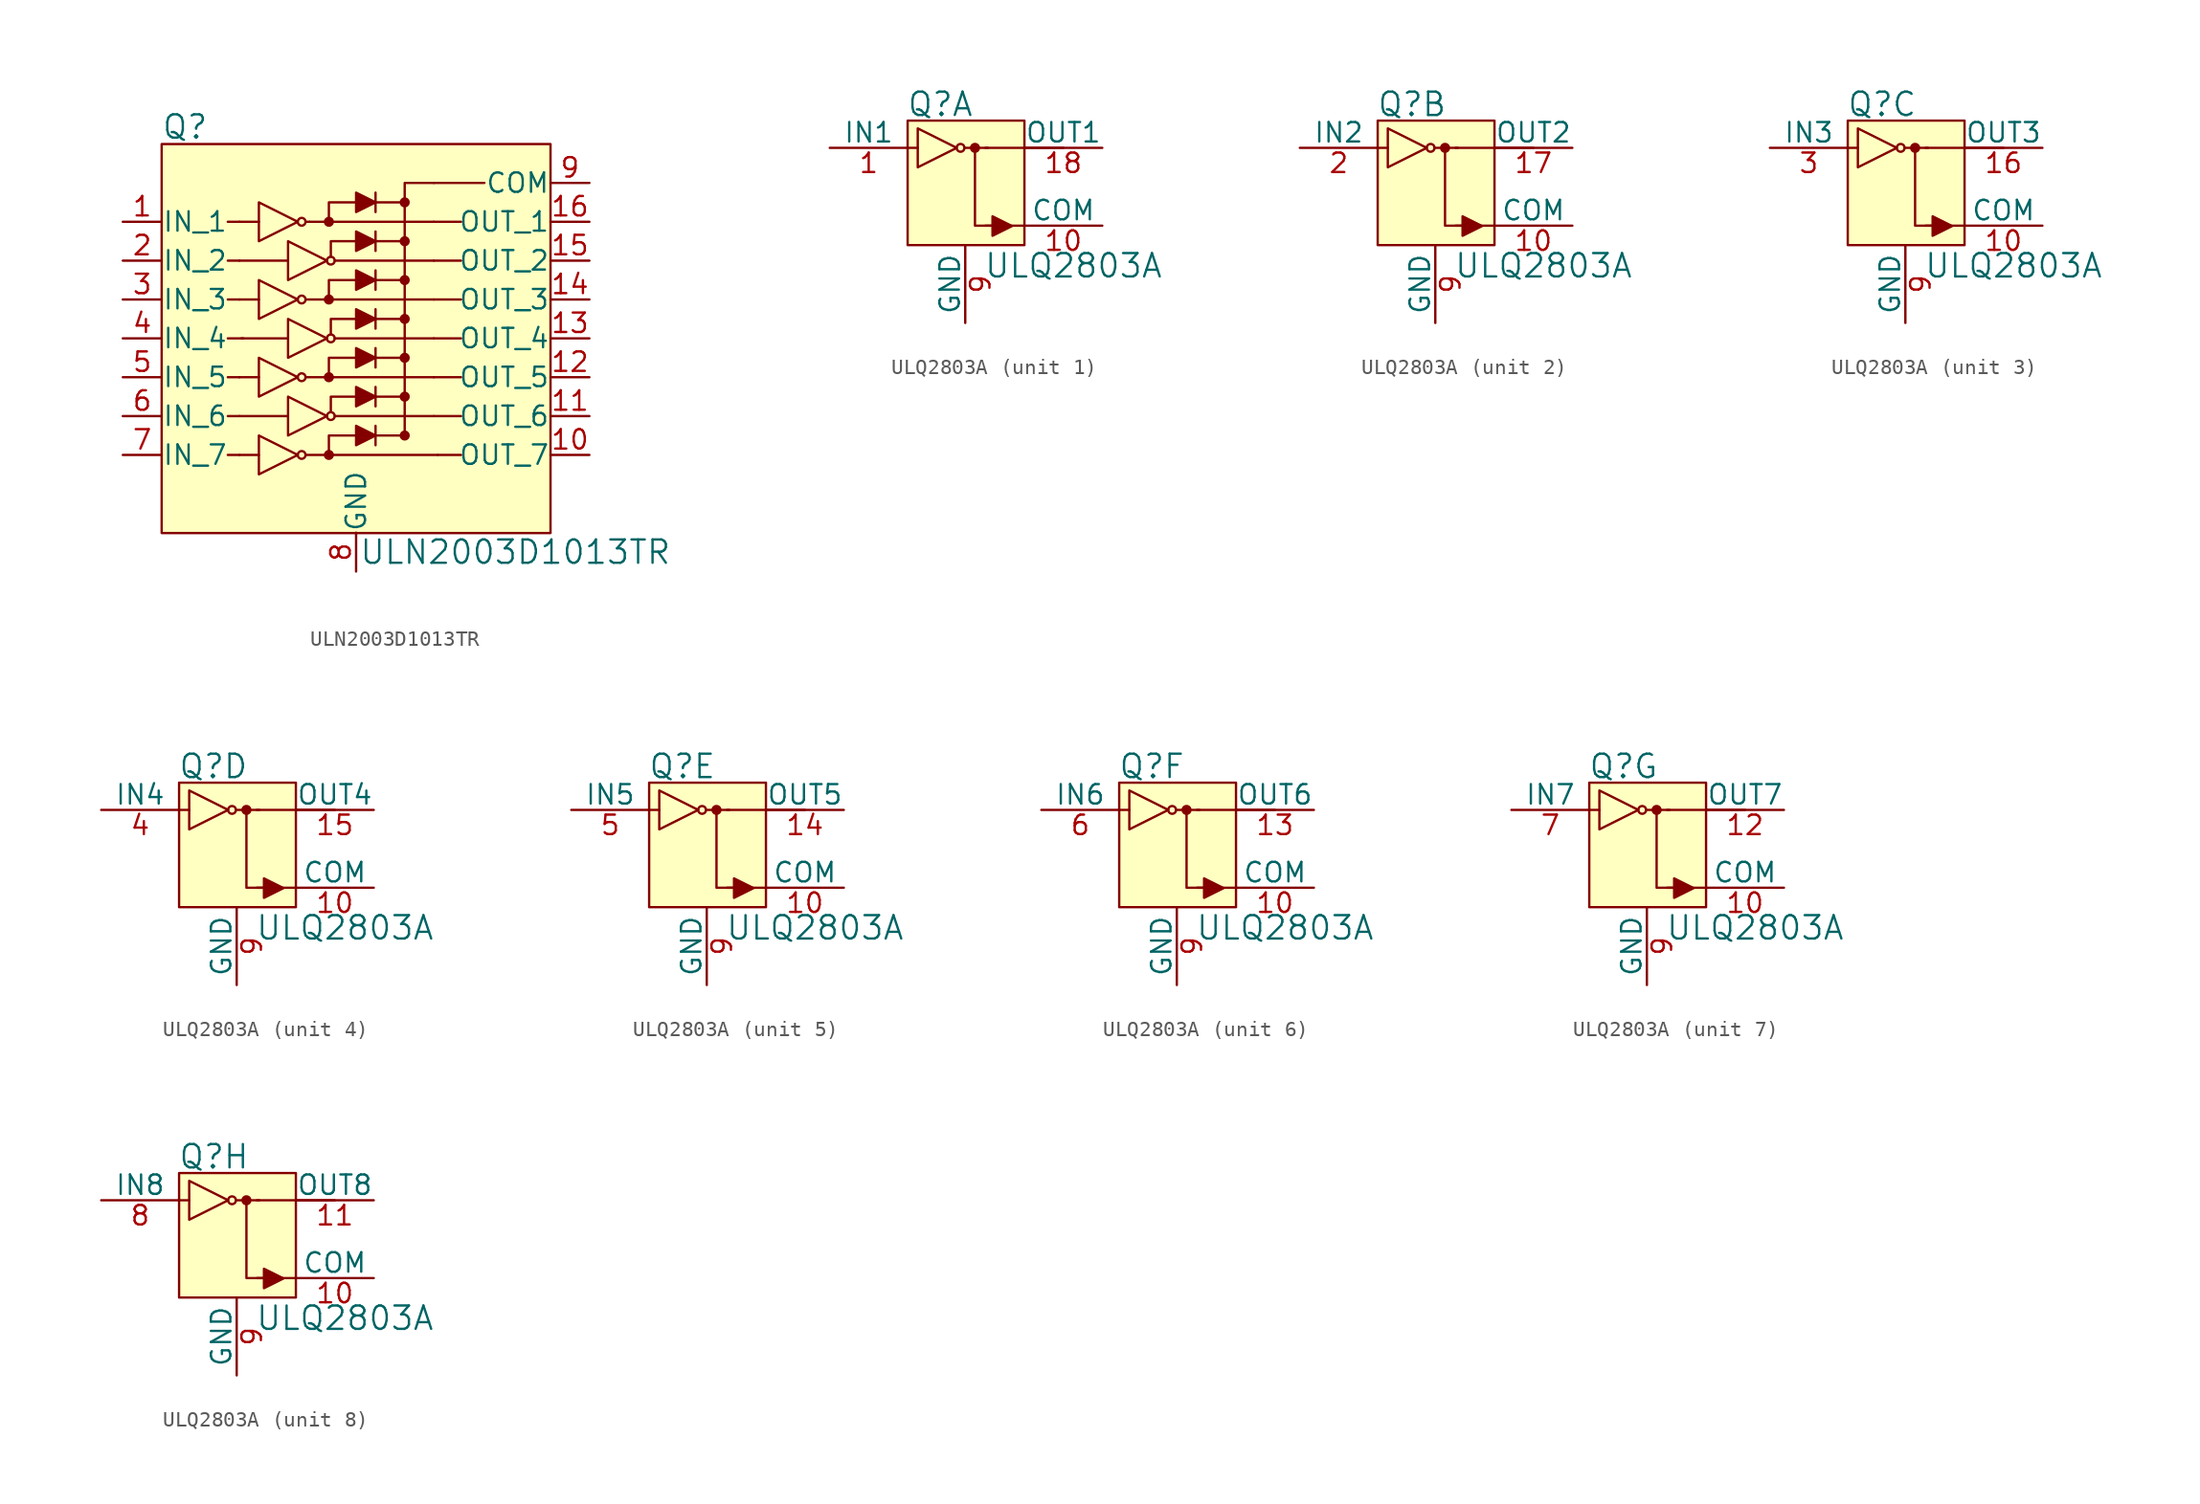
<source format=kicad_sym>
(kicad_symbol_lib
  (version 20231120)
  (generator "kicad_symbol_editor")
  (generator_version "8.0")
  (symbol "ULN2003D1013TR"
    (pin_names
      (offset 0.025))
    (property "Reference" "Q"
      (at -12.725 13.818 0)
      (effects (font (size 1.524 1.524)) (justify left)))
    (property "Value" "ULN2003D1013TR"
      (at 0.178 -13.97 0)
      (effects (font (size 1.524 1.524)) (justify left)))
    (symbol "ULN2003D1013TR_0_1"
      (polyline (pts (xy -7.62 -7.62) (xy -8.382 -7.62)) (stroke (width 0) (type solid)) (fill (type none)))
      (polyline (pts (xy -7.62 -5.08) (xy -8.382 -5.08)) (stroke (width 0) (type solid)) (fill (type none)))
      (polyline (pts (xy -7.62 -2.54) (xy -8.382 -2.54)) (stroke (width 0) (type solid)) (fill (type none)))
      (polyline (pts (xy -7.62 2.54) (xy -8.382 2.54)) (stroke (width 0) (type solid)) (fill (type none)))
      (polyline (pts (xy -7.62 5.08) (xy -8.382 5.08)) (stroke (width 0) (type solid)) (fill (type none)))
      (polyline (pts (xy -7.62 7.62) (xy -8.382 7.62)) (stroke (width 0) (type solid)) (fill (type none)))
      (polyline (pts (xy -7.366 0) (xy -8.382 0)) (stroke (width 0) (type solid)) (fill (type none)))
      (polyline (pts (xy 5.08 -5.08) (xy 6.858 -5.08)) (stroke (width 0) (type solid)) (fill (type none)))
      (polyline (pts (xy 5.08 -2.54) (xy 6.858 -2.54)) (stroke (width 0) (type solid)) (fill (type none)))
      (polyline (pts (xy 5.08 0) (xy 6.858 0)) (stroke (width 0) (type solid)) (fill (type none)))
      (polyline (pts (xy 5.08 2.54) (xy 6.858 2.54)) (stroke (width 0) (type solid)) (fill (type none)))
      (polyline (pts (xy 5.08 5.08) (xy 6.858 5.08)) (stroke (width 0) (type solid)) (fill (type none)))
      (polyline (pts (xy 5.08 7.62) (xy 6.858 7.62)) (stroke (width 0) (type solid)) (fill (type none)))
      (polyline (pts (xy 5.08 10.16) (xy 8.382 10.16)) (stroke (width 0) (type solid)) (fill (type none)))
      (polyline (pts (xy 5.334 -7.62) (xy 6.858 -7.62)) (stroke (width 0) (type solid)) (fill (type none))))
    (symbol "ULN2003D1013TR_1_1"
      (rectangle (start -12.7 12.7) (end 12.7 -12.725) (stroke (width 0) (type solid)) (fill (type background)))
      (circle (center -3.556 -7.62) (radius 0.254) (stroke (width 0) (type solid)) (fill (type none)))
      (circle (center -3.556 -2.54) (radius 0.254) (stroke (width 0) (type solid)) (fill (type none)))
      (circle (center -3.556 2.54) (radius 0.254) (stroke (width 0) (type solid)) (fill (type none)))
      (circle (center -3.556 7.62) (radius 0.254) (stroke (width 0) (type solid)) (fill (type none)))
      (circle (center -1.778 -7.62) (radius 0.254) (stroke (width 0) (type solid)) (fill (type outline)))
      (circle (center -1.778 -2.54) (radius 0.254) (stroke (width 0) (type solid)) (fill (type outline)))
      (circle (center -1.778 2.54) (radius 0.254) (stroke (width 0) (type solid)) (fill (type outline)))
      (circle (center -1.778 7.62) (radius 0.254) (stroke (width 0) (type solid)) (fill (type outline)))
      (circle (center -1.651 -5.08) (radius 0.254) (stroke (width 0) (type solid)) (fill (type none)))
      (circle (center -1.651 0) (radius 0.254) (stroke (width 0) (type solid)) (fill (type none)))
      (circle (center -1.651 5.08) (radius 0.254) (stroke (width 0) (type solid)) (fill (type none)))
      (polyline (pts (xy -7.62 -5.08) (xy -4.445 -5.08)) (stroke (width 0) (type solid)) (fill (type none)))
      (polyline (pts (xy -7.62 5.08) (xy -4.445 5.08)) (stroke (width 0) (type solid)) (fill (type none)))
      (polyline (pts (xy -7.493 0) (xy -4.445 0)) (stroke (width 0) (type solid)) (fill (type none)))
      (polyline (pts (xy -6.35 -7.62) (xy -7.62 -7.62)) (stroke (width 0) (type solid)) (fill (type none)))
      (polyline (pts (xy -6.35 -2.54) (xy -7.62 -2.54)) (stroke (width 0) (type solid)) (fill (type none)))
      (polyline (pts (xy -6.35 2.54) (xy -7.62 2.54)) (stroke (width 0) (type solid)) (fill (type none)))
      (polyline (pts (xy -6.35 7.62) (xy -7.62 7.62)) (stroke (width 0) (type solid)) (fill (type none)))
      (polyline (pts (xy -3.302 -7.62) (xy 5.334 -7.62)) (stroke (width 0) (type solid)) (fill (type none)))
      (polyline (pts (xy -3.302 -2.54) (xy 5.08 -2.54)) (stroke (width 0) (type solid)) (fill (type none)))
      (polyline (pts (xy -3.302 2.54) (xy 5.08 2.54)) (stroke (width 0) (type solid)) (fill (type none)))
      (polyline (pts (xy -3.302 7.62) (xy -3.048 7.62)) (stroke (width 0) (type solid)) (fill (type none)))
      (polyline (pts (xy -3.048 7.62) (xy 5.08 7.62)) (stroke (width 0) (type solid)) (fill (type none)))
      (polyline (pts (xy -1.397 -5.08) (xy 5.08 -5.08)) (stroke (width 0) (type solid)) (fill (type none)))
      (polyline (pts (xy -1.397 0) (xy 5.08 0)) (stroke (width 0) (type solid)) (fill (type none)))
      (polyline (pts (xy -1.397 5.08) (xy 5.08 5.08)) (stroke (width 0) (type solid)) (fill (type none)))
      (polyline (pts (xy 1.27 -5.715) (xy 1.27 -6.985)) (stroke (width 0) (type solid)) (fill (type none)))
      (polyline (pts (xy 1.27 -3.81) (xy 3.175 -3.81)) (stroke (width 0) (type solid)) (fill (type none)))
      (polyline (pts (xy 1.27 -3.175) (xy 1.27 -4.445)) (stroke (width 0) (type solid)) (fill (type none)))
      (polyline (pts (xy 1.27 -1.27) (xy 3.175 -1.27)) (stroke (width 0) (type solid)) (fill (type none)))
      (polyline (pts (xy 1.27 -0.635) (xy 1.27 -1.905)) (stroke (width 0) (type solid)) (fill (type none)))
      (polyline (pts (xy 1.27 1.27) (xy 3.175 1.27)) (stroke (width 0) (type solid)) (fill (type none)))
      (polyline (pts (xy 1.27 1.905) (xy 1.27 0.635)) (stroke (width 0) (type solid)) (fill (type none)))
      (polyline (pts (xy 1.27 3.81) (xy 3.175 3.81)) (stroke (width 0) (type solid)) (fill (type none)))
      (polyline (pts (xy 1.27 4.445) (xy 1.27 3.175)) (stroke (width 0) (type solid)) (fill (type none)))
      (polyline (pts (xy 1.27 6.35) (xy 3.175 6.35)) (stroke (width 0) (type solid)) (fill (type none)))
      (polyline (pts (xy 1.27 6.985) (xy 1.27 5.715)) (stroke (width 0) (type solid)) (fill (type none)))
      (polyline (pts (xy 1.27 8.89) (xy 3.175 8.89)) (stroke (width 0) (type solid)) (fill (type none)))
      (polyline (pts (xy 1.27 9.525) (xy 1.27 8.255)) (stroke (width 0) (type solid)) (fill (type none)))
      (polyline (pts (xy 3.175 -6.35) (xy 1.27 -6.35)) (stroke (width 0) (type solid)) (fill (type none)))
      (polyline (pts (xy -1.778 -7.62) (xy -1.778 -6.35) (xy 0 -6.35)) (stroke (width 0) (type solid)) (fill (type none)))
      (polyline (pts (xy -1.778 -2.54) (xy -1.778 -1.27) (xy 0 -1.27)) (stroke (width 0) (type solid)) (fill (type none)))
      (polyline (pts (xy -1.778 2.54) (xy -1.778 3.81) (xy 0 3.81)) (stroke (width 0) (type solid)) (fill (type none)))
      (polyline (pts (xy -1.651 -4.826) (xy -1.651 -3.81) (xy 0 -3.81)) (stroke (width 0) (type solid)) (fill (type none)))
      (polyline (pts (xy -1.651 0.254) (xy -1.651 1.27) (xy 0.127 1.27)) (stroke (width 0) (type solid)) (fill (type none)))
      (polyline (pts (xy -1.651 5.334) (xy -1.651 6.35) (xy 0.127 6.35)) (stroke (width 0) (type solid)) (fill (type none)))
      (polyline (pts (xy 0 8.89) (xy -1.778 8.89) (xy -1.778 7.62)) (stroke (width 0) (type solid)) (fill (type none)))
      (polyline (pts (xy 3.175 -6.35) (xy 3.175 10.16) (xy 5.08 10.16)) (stroke (width 0) (type solid)) (fill (type none)))
      (polyline (pts (xy -6.35 -6.35) (xy -6.35 -8.89) (xy -3.81 -7.62) (xy -6.35 -6.35)) (stroke (width 0) (type solid)) (fill (type none)))
      (polyline (pts (xy -6.35 -1.27) (xy -6.35 -3.81) (xy -3.81 -2.54) (xy -6.35 -1.27)) (stroke (width 0) (type solid)) (fill (type none)))
      (polyline (pts (xy -6.35 3.81) (xy -6.35 1.27) (xy -3.81 2.54) (xy -6.35 3.81)) (stroke (width 0) (type solid)) (fill (type none)))
      (polyline (pts (xy -6.35 8.89) (xy -6.35 6.35) (xy -3.81 7.62) (xy -6.35 8.89)) (stroke (width 0) (type solid)) (fill (type none)))
      (polyline (pts (xy -4.445 -3.81) (xy -4.445 -6.35) (xy -1.905 -5.08) (xy -4.445 -3.81)) (stroke (width 0) (type solid)) (fill (type none)))
      (polyline (pts (xy -4.445 1.27) (xy -4.445 -1.27) (xy -1.905 0) (xy -4.445 1.27)) (stroke (width 0) (type solid)) (fill (type none)))
      (polyline (pts (xy -4.445 6.35) (xy -4.445 3.81) (xy -1.905 5.08) (xy -4.445 6.35)) (stroke (width 0) (type solid)) (fill (type none)))
      (polyline (pts (xy 0 -5.715) (xy 0 -6.985) (xy 1.27 -6.35) (xy 0 -5.715)) (stroke (width 0) (type solid)) (fill (type outline)))
      (polyline (pts (xy 0 -3.175) (xy 0 -4.445) (xy 1.27 -3.81) (xy 0 -3.175)) (stroke (width 0) (type solid)) (fill (type outline)))
      (polyline (pts (xy 0 -0.635) (xy 0 -1.905) (xy 1.27 -1.27) (xy 0 -0.635)) (stroke (width 0) (type solid)) (fill (type outline)))
      (polyline (pts (xy 0 1.905) (xy 0 0.635) (xy 1.27 1.27) (xy 0 1.905)) (stroke (width 0) (type solid)) (fill (type outline)))
      (polyline (pts (xy 0 4.445) (xy 0 3.175) (xy 1.27 3.81) (xy 0 4.445)) (stroke (width 0) (type solid)) (fill (type outline)))
      (polyline (pts (xy 0 6.985) (xy 0 5.715) (xy 1.27 6.35) (xy 0 6.985)) (stroke (width 0) (type solid)) (fill (type outline)))
      (polyline (pts (xy 0 9.525) (xy 0 8.255) (xy 1.27 8.89) (xy 0 9.525)) (stroke (width 0) (type solid)) (fill (type outline)))
      (circle (center 3.175 -6.35) (radius 0.254) (stroke (width 0) (type solid)) (fill (type outline)))
      (circle (center 3.175 -3.81) (radius 0.254) (stroke (width 0) (type solid)) (fill (type outline)))
      (circle (center 3.175 -1.27) (radius 0.254) (stroke (width 0) (type solid)) (fill (type outline)))
      (circle (center 3.175 1.27) (radius 0.254) (stroke (width 0) (type solid)) (fill (type outline)))
      (circle (center 3.175 3.81) (radius 0.254) (stroke (width 0) (type solid)) (fill (type outline)))
      (circle (center 3.175 6.35) (radius 0.254) (stroke (width 0) (type solid)) (fill (type outline)))
      (circle (center 3.175 8.89) (radius 0.254) (stroke (width 0) (type solid)) (fill (type outline)))
      (pin input line (at -15.24 7.62 0) (length 2.54) (name "IN_1" (effects (font (size 1.27 1.27)))) (number "1" (effects (font (size 1.27 1.27)))))
      (pin output line (at 15.24 -7.62 180) (length 2.54) (name "OUT_7" (effects (font (size 1.27 1.27)))) (number "10" (effects (font (size 1.27 1.27)))))
      (pin output line (at 15.24 -5.08 180) (length 2.54) (name "OUT_6" (effects (font (size 1.27 1.27)))) (number "11" (effects (font (size 1.27 1.27)))))
      (pin output line (at 15.24 -2.54 180) (length 2.54) (name "OUT_5" (effects (font (size 1.27 1.27)))) (number "12" (effects (font (size 1.27 1.27)))))
      (pin output line (at 15.24 0 180) (length 2.54) (name "OUT_4" (effects (font (size 1.27 1.27)))) (number "13" (effects (font (size 1.27 1.27)))))
      (pin output line (at 15.24 2.54 180) (length 2.54) (name "OUT_3" (effects (font (size 1.27 1.27)))) (number "14" (effects (font (size 1.27 1.27)))))
      (pin output line (at 15.24 5.08 180) (length 2.54) (name "OUT_2" (effects (font (size 1.27 1.27)))) (number "15" (effects (font (size 1.27 1.27)))))
      (pin output line (at 15.24 7.62 180) (length 2.54) (name "OUT_1" (effects (font (size 1.27 1.27)))) (number "16" (effects (font (size 1.27 1.27)))))
      (pin input line (at -15.24 5.08 0) (length 2.54) (name "IN_2" (effects (font (size 1.27 1.27)))) (number "2" (effects (font (size 1.27 1.27)))))
      (pin input line (at -15.24 2.54 0) (length 2.54) (name "IN_3" (effects (font (size 1.27 1.27)))) (number "3" (effects (font (size 1.27 1.27)))))
      (pin input line (at -15.24 0 0) (length 2.54) (name "IN_4" (effects (font (size 1.27 1.27)))) (number "4" (effects (font (size 1.27 1.27)))))
      (pin input line (at -15.24 -2.54 0) (length 2.54) (name "IN_5" (effects (font (size 1.27 1.27)))) (number "5" (effects (font (size 1.27 1.27)))))
      (pin input line (at -15.24 -5.08 0) (length 2.54) (name "IN_6" (effects (font (size 1.27 1.27)))) (number "6" (effects (font (size 1.27 1.27)))))
      (pin input line (at -15.24 -7.62 0) (length 2.54) (name "IN_7" (effects (font (size 1.27 1.27)))) (number "7" (effects (font (size 1.27 1.27)))))
      (pin power_in line (at 0 -15.24 90) (length 2.54) (name "GND" (effects (font (size 1.27 1.27)))) (number "8" (effects (font (size 1.27 1.27)))))
      (pin output line (at 15.24 10.16 180) (length 2.54) (name "COM" (effects (font (size 1.27 1.27)))) (number "9" (effects (font (size 1.27 1.27)))))))
  (symbol "ULQ2803A"
    (pin_names
      (offset 0))
    (property "Reference" "Q"
      (at -3.835 5.41 0)
      (effects (font (size 1.524 1.524)) (justify left)))
    (property "Value" "ULQ2803A"
      (at 1.194 -5.131 0)
      (effects (font (size 1.524 1.524)) (justify left)))
    (property "ki_locked" ""
      (at 0 0 0)
      (effects (font (size 1.27 1.27))))
    (symbol "ULQ2803A_0_1"
      (rectangle (start -3.759 4.343) (end 3.861 -3.785) (stroke (width 0) (type solid)) (fill (type background)))
      (circle (center -0.305 2.565) (radius 0.254) (stroke (width 0) (type solid)) (fill (type none)))
      (polyline (pts (xy -3.785 2.565) (xy -3.099 2.565)) (stroke (width 0) (type solid)) (fill (type none)))
      (polyline (pts (xy -0.051 2.565) (xy 1.473 2.565)) (stroke (width 0) (type solid)) (fill (type none)))
      (polyline (pts (xy 1.321 2.565) (xy 6.401 2.565)) (stroke (width 0) (type solid)) (fill (type none)))
      (polyline (pts (xy 3.861 -2.515) (xy 1.321 -2.515)) (stroke (width 0) (type solid)) (fill (type none)))
      (polyline (pts (xy 2.159 -2.515) (xy 0.635 -2.515) (xy 0.635 2.565)) (stroke (width 0) (type solid)) (fill (type none)))
      (polyline (pts (xy -3.099 3.835) (xy -3.099 1.295) (xy -0.559 2.565) (xy -3.099 3.835)) (stroke (width 0) (type solid)) (fill (type none)))
      (polyline (pts (xy 1.778 -1.905) (xy 1.778 -3.175) (xy 3.048 -2.54) (xy 1.778 -1.905)) (stroke (width 0) (type solid)) (fill (type outline)))
      (circle (center 0.635 2.565) (radius 0.254) (stroke (width 0) (type solid)) (fill (type outline)))
      (pin output line (at 8.941 -2.515 180) (length 5.08) (name "COM" (effects (font (size 1.27 1.27)))) (number "10" (effects (font (size 1.27 1.27)))))
      (pin power_in line (at 0 -8.865 90) (length 5.08) (name "GND" (effects (font (size 1.27 1.27)))) (number "9" (effects (font (size 1.27 1.27))))))
    (symbol "ULQ2803A_1_1"
      (pin input line (at -8.839 2.565 0) (length 5.08) (name "IN1" (effects (font (size 1.27 1.27)))) (number "1" (effects (font (size 1.27 1.27)))))
      (pin output line (at 8.941 2.565 180) (length 5.08) (name "OUT1" (effects (font (size 1.27 1.27)))) (number "18" (effects (font (size 1.27 1.27))))))
    (symbol "ULQ2803A_2_1"
      (pin output line (at 8.941 2.565 180) (length 5.08) (name "OUT2" (effects (font (size 1.27 1.27)))) (number "17" (effects (font (size 1.27 1.27)))))
      (pin input line (at -8.839 2.565 0) (length 5.08) (name "IN2" (effects (font (size 1.27 1.27)))) (number "2" (effects (font (size 1.27 1.27))))))
    (symbol "ULQ2803A_3_1"
      (pin output line (at 8.941 2.565 180) (length 5.08) (name "OUT3" (effects (font (size 1.27 1.27)))) (number "16" (effects (font (size 1.27 1.27)))))
      (pin input line (at -8.839 2.565 0) (length 5.08) (name "IN3" (effects (font (size 1.27 1.27)))) (number "3" (effects (font (size 1.27 1.27))))))
    (symbol "ULQ2803A_4_1"
      (pin output line (at 8.941 2.565 180) (length 5.08) (name "OUT4" (effects (font (size 1.27 1.27)))) (number "15" (effects (font (size 1.27 1.27)))))
      (pin input line (at -8.839 2.565 0) (length 5.08) (name "IN4" (effects (font (size 1.27 1.27)))) (number "4" (effects (font (size 1.27 1.27))))))
    (symbol "ULQ2803A_5_1"
      (pin output line (at 8.941 2.565 180) (length 5.08) (name "OUT5" (effects (font (size 1.27 1.27)))) (number "14" (effects (font (size 1.27 1.27)))))
      (pin input line (at -8.839 2.565 0) (length 5.08) (name "IN5" (effects (font (size 1.27 1.27)))) (number "5" (effects (font (size 1.27 1.27))))))
    (symbol "ULQ2803A_6_1"
      (pin output line (at 8.941 2.565 180) (length 5.08) (name "OUT6" (effects (font (size 1.27 1.27)))) (number "13" (effects (font (size 1.27 1.27)))))
      (pin input line (at -8.839 2.565 0) (length 5.08) (name "IN6" (effects (font (size 1.27 1.27)))) (number "6" (effects (font (size 1.27 1.27))))))
    (symbol "ULQ2803A_7_1"
      (pin output line (at 8.941 2.565 180) (length 5.08) (name "OUT7" (effects (font (size 1.27 1.27)))) (number "12" (effects (font (size 1.27 1.27)))))
      (pin input line (at -8.839 2.565 0) (length 5.08) (name "IN7" (effects (font (size 1.27 1.27)))) (number "7" (effects (font (size 1.27 1.27))))))
    (symbol "ULQ2803A_8_1"
      (pin output line (at 8.941 2.565 180) (length 5.08) (name "OUT8" (effects (font (size 1.27 1.27)))) (number "11" (effects (font (size 1.27 1.27)))))
      (pin input line (at -8.839 2.565 0) (length 5.08) (name "IN8" (effects (font (size 1.27 1.27)))) (number "8" (effects (font (size 1.27 1.27))))))))
</source>
